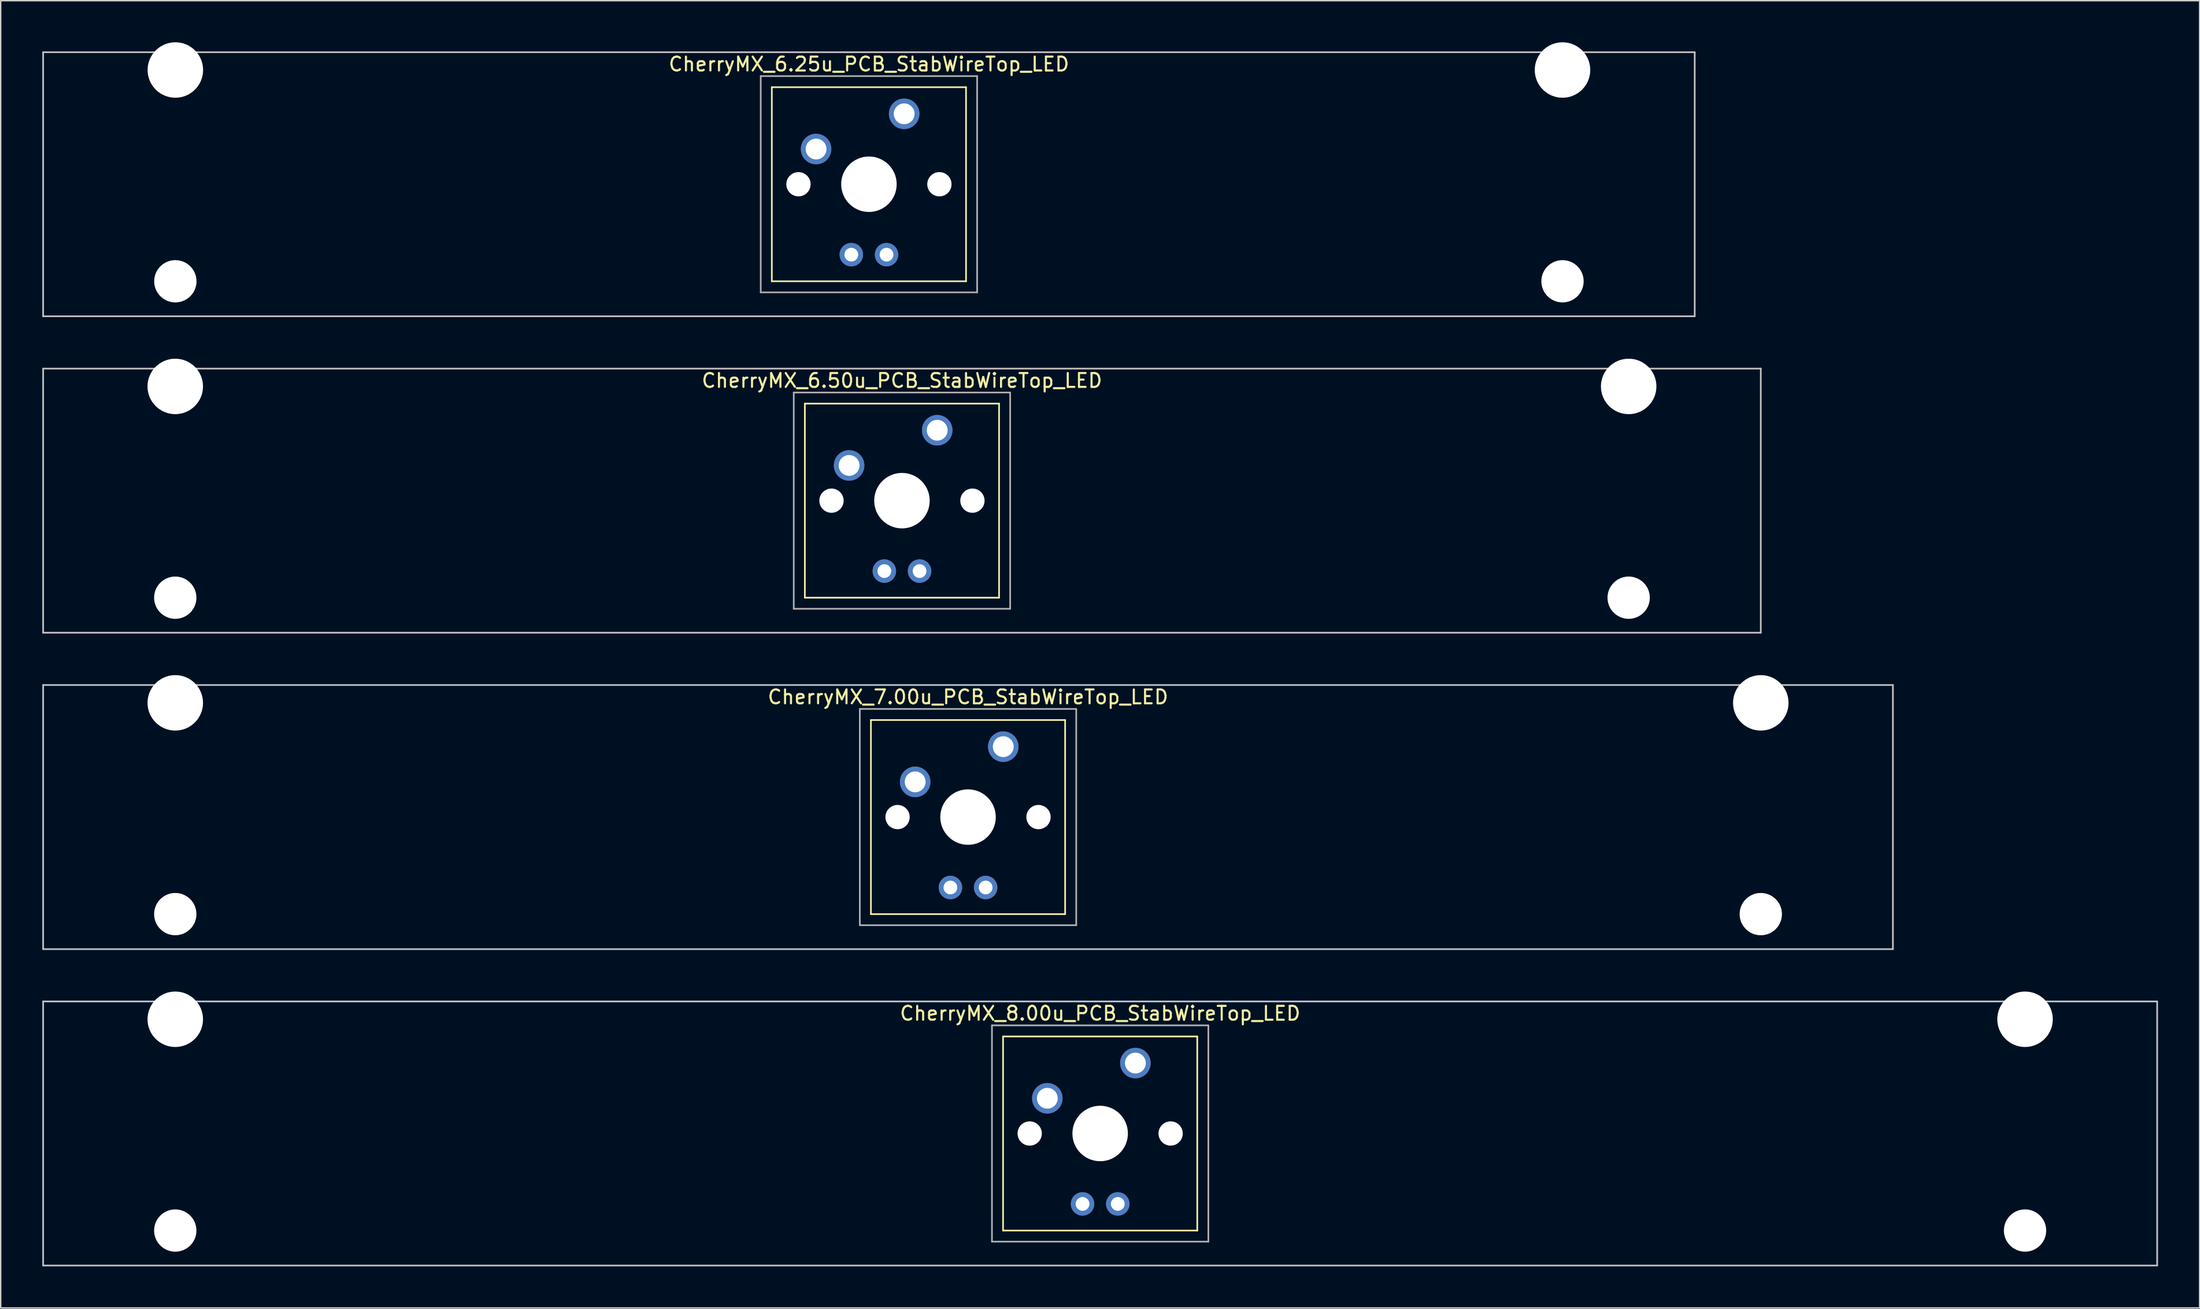
<source format=kicad_pcb>
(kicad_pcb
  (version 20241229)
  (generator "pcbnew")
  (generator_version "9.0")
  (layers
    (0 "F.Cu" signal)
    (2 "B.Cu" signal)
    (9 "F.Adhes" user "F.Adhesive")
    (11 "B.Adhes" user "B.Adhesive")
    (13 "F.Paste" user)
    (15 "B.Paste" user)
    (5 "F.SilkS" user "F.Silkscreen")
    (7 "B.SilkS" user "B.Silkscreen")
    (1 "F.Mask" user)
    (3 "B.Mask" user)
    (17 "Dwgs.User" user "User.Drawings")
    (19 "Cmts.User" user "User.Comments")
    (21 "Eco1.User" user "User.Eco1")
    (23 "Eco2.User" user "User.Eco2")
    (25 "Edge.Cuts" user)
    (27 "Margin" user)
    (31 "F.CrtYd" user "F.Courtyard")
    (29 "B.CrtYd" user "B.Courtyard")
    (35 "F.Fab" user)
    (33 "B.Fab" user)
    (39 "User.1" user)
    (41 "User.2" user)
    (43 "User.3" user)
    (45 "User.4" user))
  (footprint "CherryMX_6.50u_PCB_StabWireTop_LED"
    (layer "F.Cu")
    (at 61.972 33.065)
    (property "Reference" "CherryMX_6.50u_PCB_StabWireTop_LED" (at 0 -8.662 0) (layer "F.SilkS") (effects (font (size 1 1) (thickness 0.15))))
    (attr through_hole)
    (fp_line (start -7 -7) (end -7 7) (stroke (width 0.12) (type solid)) (layer "F.SilkS"))
    (fp_line (start -7 -7) (end 7 -7) (stroke (width 0.12) (type solid)) (layer "F.SilkS"))
    (fp_line (start 7 -7) (end 7 7) (stroke (width 0.12) (type solid)) (layer "F.SilkS"))
    (fp_line (start 7 7) (end -7 7) (stroke (width 0.12) (type solid)) (layer "F.SilkS"))
    (fp_line (start -61.913 -9.525) (end 61.913 -9.525) (stroke (width 0.12) (type solid)) (layer "Dwgs.User"))
    (fp_line (start -61.913 9.525) (end -61.913 -9.525) (stroke (width 0.12) (type solid)) (layer "Dwgs.User"))
    (fp_line (start 61.913 -9.525) (end 61.913 9.525) (stroke (width 0.12) (type solid)) (layer "Dwgs.User"))
    (fp_line (start 61.913 9.525) (end -61.913 9.525) (stroke (width 0.12) (type solid)) (layer "Dwgs.User"))
    (fp_line (start -7.8 -7.8) (end -7.8 7.8) (stroke (width 0.12) (type solid)) (layer "F.Fab"))
    (fp_line (start -7.8 -7.8) (end 7.8 -7.8) (stroke (width 0.12) (type solid)) (layer "F.Fab"))
    (fp_line (start -7.8 7.8) (end 7.8 7.8) (stroke (width 0.12) (type solid)) (layer "F.Fab"))
    (fp_line (start 7.8 -7.8) (end 7.8 7.8) (stroke (width 0.12) (type solid)) (layer "F.Fab"))
    (pad "" np_thru_hole circle (at -52.388 -8.24) (size 4 4) (drill 4) (layers "*.Cu" "*.Mask"))
    (pad "" np_thru_hole circle (at -52.388 7) (size 3.05 3.05) (drill 3.05) (layers "*.Cu" "*.Mask"))
    (pad "" np_thru_hole circle (at -5.08 0) (size 1.75 1.75) (drill 1.75) (layers "*.Cu" "*.Mask"))
    (pad "" np_thru_hole circle (at 0 0) (size 4 4) (drill 4) (layers "*.Cu" "*.Mask"))
    (pad "" np_thru_hole circle (at 5.08 0) (size 1.75 1.75) (drill 1.75) (layers "*.Cu" "*.Mask"))
    (pad "" np_thru_hole circle (at 52.388 -8.24) (size 4 4) (drill 4) (layers "*.Cu" "*.Mask"))
    (pad "" np_thru_hole circle (at 52.388 7) (size 3.05 3.05) (drill 3.05) (layers "*.Cu" "*.Mask"))
    (pad "1" thru_hole circle (at -3.81 -2.54) (size 2.2 2.2) (drill 1.5) (layers "*.Cu" "*.Mask"))
    (pad "2" thru_hole circle (at 2.54 -5.08) (size 2.2 2.2) (drill 1.5) (layers "*.Cu" "*.Mask"))
    (pad "3" thru_hole circle (at -1.27 5.08) (size 1.691 1.691) (drill 0.991) (layers "*.Cu" "*.Mask"))
    (pad "4" thru_hole circle (at 1.27 5.08) (size 1.691 1.691) (drill 0.991) (layers "*.Cu" "*.Mask")))
  (footprint "CherryMX_8.00u_PCB_StabWireTop_LED"
    (layer "F.Cu")
    (at 76.26 78.715)
    (property "Reference" "CherryMX_8.00u_PCB_StabWireTop_LED" (at 0 -8.662 0) (layer "F.SilkS") (effects (font (size 1 1) (thickness 0.15))))
    (attr through_hole)
    (fp_line (start -7 -7) (end -7 7) (stroke (width 0.12) (type solid)) (layer "F.SilkS"))
    (fp_line (start -7 -7) (end 7 -7) (stroke (width 0.12) (type solid)) (layer "F.SilkS"))
    (fp_line (start 7 -7) (end 7 7) (stroke (width 0.12) (type solid)) (layer "F.SilkS"))
    (fp_line (start 7 7) (end -7 7) (stroke (width 0.12) (type solid)) (layer "F.SilkS"))
    (fp_line (start -76.2 -9.525) (end 76.2 -9.525) (stroke (width 0.12) (type solid)) (layer "Dwgs.User"))
    (fp_line (start -76.2 9.525) (end -76.2 -9.525) (stroke (width 0.12) (type solid)) (layer "Dwgs.User"))
    (fp_line (start 76.2 -9.525) (end 76.2 9.525) (stroke (width 0.12) (type solid)) (layer "Dwgs.User"))
    (fp_line (start 76.2 9.525) (end -76.2 9.525) (stroke (width 0.12) (type solid)) (layer "Dwgs.User"))
    (fp_line (start -7.8 -7.8) (end -7.8 7.8) (stroke (width 0.12) (type solid)) (layer "F.Fab"))
    (fp_line (start -7.8 -7.8) (end 7.8 -7.8) (stroke (width 0.12) (type solid)) (layer "F.Fab"))
    (fp_line (start -7.8 7.8) (end 7.8 7.8) (stroke (width 0.12) (type solid)) (layer "F.Fab"))
    (fp_line (start 7.8 -7.8) (end 7.8 7.8) (stroke (width 0.12) (type solid)) (layer "F.Fab"))
    (pad "" np_thru_hole circle (at -66.675 -8.24) (size 4 4) (drill 4) (layers "*.Cu" "*.Mask"))
    (pad "" np_thru_hole circle (at -66.675 7) (size 3.05 3.05) (drill 3.05) (layers "*.Cu" "*.Mask"))
    (pad "" np_thru_hole circle (at -5.08 0) (size 1.75 1.75) (drill 1.75) (layers "*.Cu" "*.Mask"))
    (pad "" np_thru_hole circle (at 0 0) (size 4 4) (drill 4) (layers "*.Cu" "*.Mask"))
    (pad "" np_thru_hole circle (at 5.08 0) (size 1.75 1.75) (drill 1.75) (layers "*.Cu" "*.Mask"))
    (pad "" np_thru_hole circle (at 66.675 -8.24) (size 4 4) (drill 4) (layers "*.Cu" "*.Mask"))
    (pad "" np_thru_hole circle (at 66.675 7) (size 3.05 3.05) (drill 3.05) (layers "*.Cu" "*.Mask"))
    (pad "1" thru_hole circle (at -3.81 -2.54) (size 2.2 2.2) (drill 1.5) (layers "*.Cu" "*.Mask"))
    (pad "2" thru_hole circle (at 2.54 -5.08) (size 2.2 2.2) (drill 1.5) (layers "*.Cu" "*.Mask"))
    (pad "3" thru_hole circle (at -1.27 5.08) (size 1.691 1.691) (drill 0.991) (layers "*.Cu" "*.Mask"))
    (pad "4" thru_hole circle (at 1.27 5.08) (size 1.691 1.691) (drill 0.991) (layers "*.Cu" "*.Mask")))
  (footprint "CherryMX_6.25u_PCB_StabWireTop_LED"
    (layer "F.Cu")
    (at 59.591 10.24)
    (property "Reference" "CherryMX_6.25u_PCB_StabWireTop_LED" (at 0 -8.662 0) (layer "F.SilkS") (effects (font (size 1 1) (thickness 0.15))))
    (attr through_hole)
    (fp_line (start -7 -7) (end -7 7) (stroke (width 0.12) (type solid)) (layer "F.SilkS"))
    (fp_line (start -7 -7) (end 7 -7) (stroke (width 0.12) (type solid)) (layer "F.SilkS"))
    (fp_line (start 7 -7) (end 7 7) (stroke (width 0.12) (type solid)) (layer "F.SilkS"))
    (fp_line (start 7 7) (end -7 7) (stroke (width 0.12) (type solid)) (layer "F.SilkS"))
    (fp_line (start -59.531 -9.525) (end 59.531 -9.525) (stroke (width 0.12) (type solid)) (layer "Dwgs.User"))
    (fp_line (start -59.531 9.525) (end -59.531 -9.525) (stroke (width 0.12) (type solid)) (layer "Dwgs.User"))
    (fp_line (start 59.531 -9.525) (end 59.531 9.525) (stroke (width 0.12) (type solid)) (layer "Dwgs.User"))
    (fp_line (start 59.531 9.525) (end -59.531 9.525) (stroke (width 0.12) (type solid)) (layer "Dwgs.User"))
    (fp_line (start -7.8 -7.8) (end -7.8 7.8) (stroke (width 0.12) (type solid)) (layer "F.Fab"))
    (fp_line (start -7.8 -7.8) (end 7.8 -7.8) (stroke (width 0.12) (type solid)) (layer "F.Fab"))
    (fp_line (start -7.8 7.8) (end 7.8 7.8) (stroke (width 0.12) (type solid)) (layer "F.Fab"))
    (fp_line (start 7.8 -7.8) (end 7.8 7.8) (stroke (width 0.12) (type solid)) (layer "F.Fab"))
    (pad "" np_thru_hole circle (at -50 -8.24) (size 4 4) (drill 4) (layers "*.Cu" "*.Mask"))
    (pad "" np_thru_hole circle (at -50 7) (size 3.05 3.05) (drill 3.05) (layers "*.Cu" "*.Mask"))
    (pad "" np_thru_hole circle (at -5.08 0) (size 1.75 1.75) (drill 1.75) (layers "*.Cu" "*.Mask"))
    (pad "" np_thru_hole circle (at 0 0) (size 4 4) (drill 4) (layers "*.Cu" "*.Mask"))
    (pad "" np_thru_hole circle (at 5.08 0) (size 1.75 1.75) (drill 1.75) (layers "*.Cu" "*.Mask"))
    (pad "" np_thru_hole circle (at 50 -8.24) (size 4 4) (drill 4) (layers "*.Cu" "*.Mask"))
    (pad "" np_thru_hole circle (at 50 7) (size 3.05 3.05) (drill 3.05) (layers "*.Cu" "*.Mask"))
    (pad "1" thru_hole circle (at -3.81 -2.54) (size 2.2 2.2) (drill 1.5) (layers "*.Cu" "*.Mask"))
    (pad "2" thru_hole circle (at 2.54 -5.08) (size 2.2 2.2) (drill 1.5) (layers "*.Cu" "*.Mask"))
    (pad "3" thru_hole circle (at -1.27 5.08) (size 1.691 1.691) (drill 0.991) (layers "*.Cu" "*.Mask"))
    (pad "4" thru_hole circle (at 1.27 5.08) (size 1.691 1.691) (drill 0.991) (layers "*.Cu" "*.Mask")))
  (footprint "CherryMX_7.00u_PCB_StabWireTop_LED"
    (layer "F.Cu")
    (at 66.735 55.89)
    (property "Reference" "CherryMX_7.00u_PCB_StabWireTop_LED" (at 0 -8.662 0) (layer "F.SilkS") (effects (font (size 1 1) (thickness 0.15))))
    (attr through_hole)
    (fp_line (start -7 -7) (end -7 7) (stroke (width 0.12) (type solid)) (layer "F.SilkS"))
    (fp_line (start -7 -7) (end 7 -7) (stroke (width 0.12) (type solid)) (layer "F.SilkS"))
    (fp_line (start 7 -7) (end 7 7) (stroke (width 0.12) (type solid)) (layer "F.SilkS"))
    (fp_line (start 7 7) (end -7 7) (stroke (width 0.12) (type solid)) (layer "F.SilkS"))
    (fp_line (start -66.675 -9.525) (end 66.675 -9.525) (stroke (width 0.12) (type solid)) (layer "Dwgs.User"))
    (fp_line (start -66.675 9.525) (end -66.675 -9.525) (stroke (width 0.12) (type solid)) (layer "Dwgs.User"))
    (fp_line (start 66.675 -9.525) (end 66.675 9.525) (stroke (width 0.12) (type solid)) (layer "Dwgs.User"))
    (fp_line (start 66.675 9.525) (end -66.675 9.525) (stroke (width 0.12) (type solid)) (layer "Dwgs.User"))
    (fp_line (start -7.8 -7.8) (end -7.8 7.8) (stroke (width 0.12) (type solid)) (layer "F.Fab"))
    (fp_line (start -7.8 -7.8) (end 7.8 -7.8) (stroke (width 0.12) (type solid)) (layer "F.Fab"))
    (fp_line (start -7.8 7.8) (end 7.8 7.8) (stroke (width 0.12) (type solid)) (layer "F.Fab"))
    (fp_line (start 7.8 -7.8) (end 7.8 7.8) (stroke (width 0.12) (type solid)) (layer "F.Fab"))
    (pad "" np_thru_hole circle (at -57.15 -8.24) (size 4 4) (drill 4) (layers "*.Cu" "*.Mask"))
    (pad "" np_thru_hole circle (at -57.15 7) (size 3.05 3.05) (drill 3.05) (layers "*.Cu" "*.Mask"))
    (pad "" np_thru_hole circle (at -5.08 0) (size 1.75 1.75) (drill 1.75) (layers "*.Cu" "*.Mask"))
    (pad "" np_thru_hole circle (at 0 0) (size 4 4) (drill 4) (layers "*.Cu" "*.Mask"))
    (pad "" np_thru_hole circle (at 5.08 0) (size 1.75 1.75) (drill 1.75) (layers "*.Cu" "*.Mask"))
    (pad "" np_thru_hole circle (at 57.15 -8.24) (size 4 4) (drill 4) (layers "*.Cu" "*.Mask"))
    (pad "" np_thru_hole circle (at 57.15 7) (size 3.05 3.05) (drill 3.05) (layers "*.Cu" "*.Mask"))
    (pad "1" thru_hole circle (at -3.81 -2.54) (size 2.2 2.2) (drill 1.5) (layers "*.Cu" "*.Mask"))
    (pad "2" thru_hole circle (at 2.54 -5.08) (size 2.2 2.2) (drill 1.5) (layers "*.Cu" "*.Mask"))
    (pad "3" thru_hole circle (at -1.27 5.08) (size 1.691 1.691) (drill 0.991) (layers "*.Cu" "*.Mask"))
    (pad "4" thru_hole circle (at 1.27 5.08) (size 1.691 1.691) (drill 0.991) (layers "*.Cu" "*.Mask")))
  (gr_rect
    (start -3 -3)
    (end 155.52 91.3)
    (stroke (width 0.1) (type default))
    (fill no)
    (layer "Edge.Cuts")))
</source>
